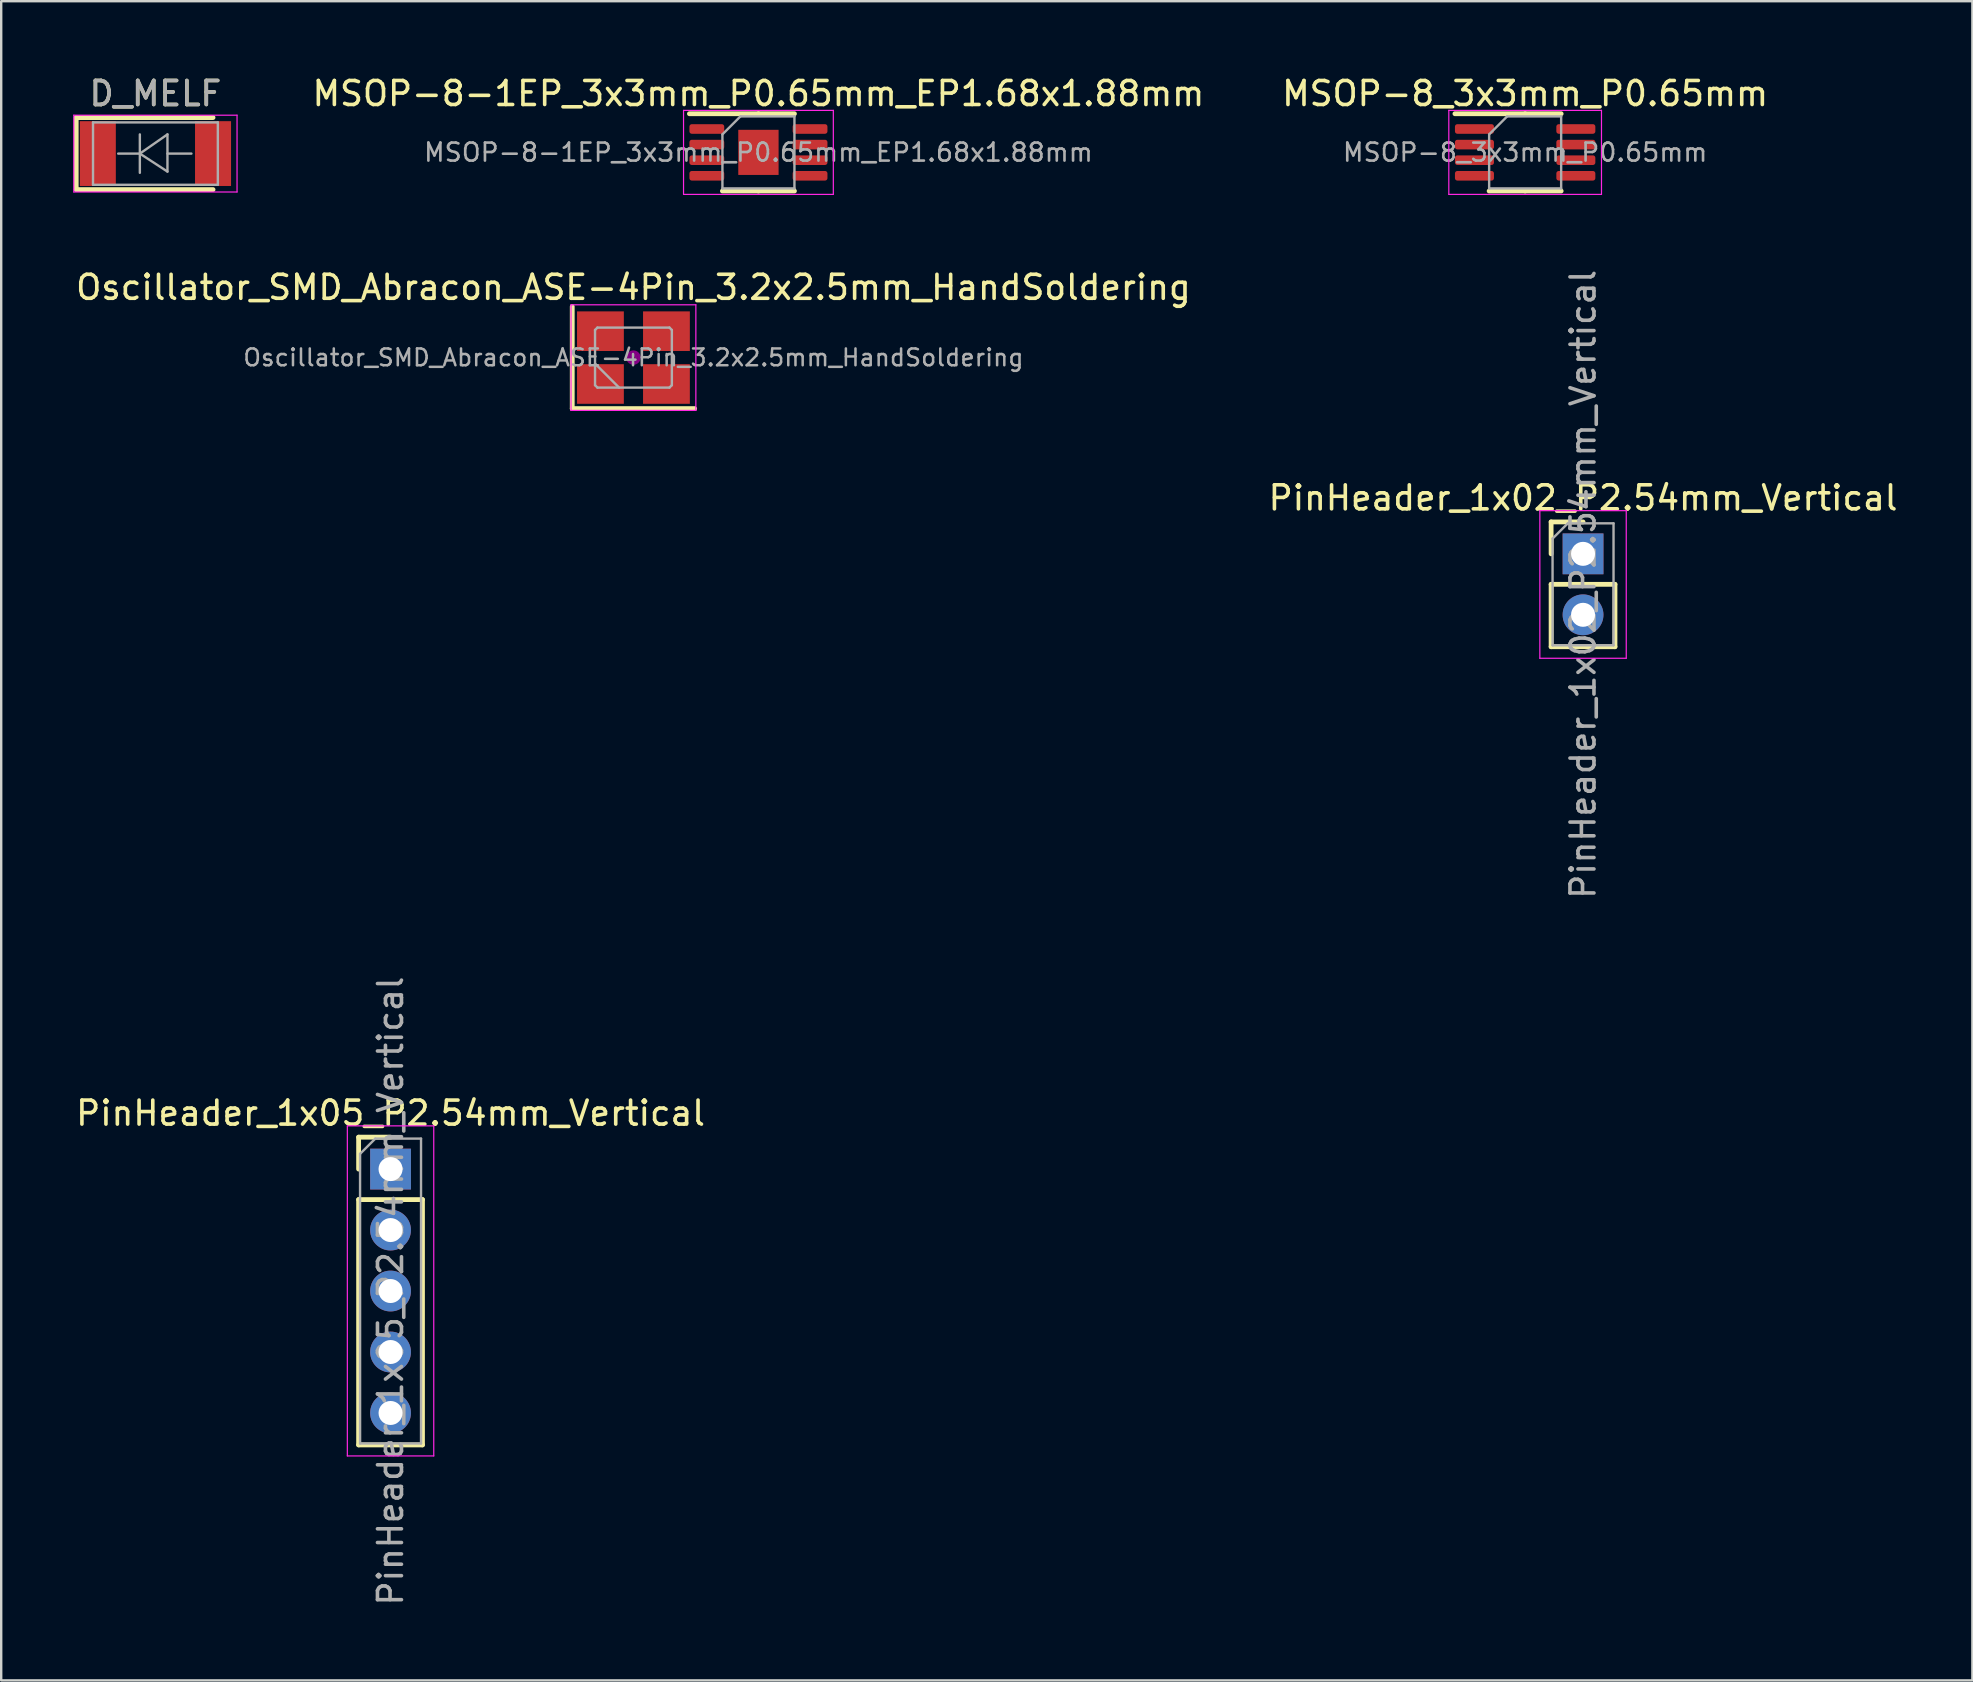
<source format=kicad_pcb>
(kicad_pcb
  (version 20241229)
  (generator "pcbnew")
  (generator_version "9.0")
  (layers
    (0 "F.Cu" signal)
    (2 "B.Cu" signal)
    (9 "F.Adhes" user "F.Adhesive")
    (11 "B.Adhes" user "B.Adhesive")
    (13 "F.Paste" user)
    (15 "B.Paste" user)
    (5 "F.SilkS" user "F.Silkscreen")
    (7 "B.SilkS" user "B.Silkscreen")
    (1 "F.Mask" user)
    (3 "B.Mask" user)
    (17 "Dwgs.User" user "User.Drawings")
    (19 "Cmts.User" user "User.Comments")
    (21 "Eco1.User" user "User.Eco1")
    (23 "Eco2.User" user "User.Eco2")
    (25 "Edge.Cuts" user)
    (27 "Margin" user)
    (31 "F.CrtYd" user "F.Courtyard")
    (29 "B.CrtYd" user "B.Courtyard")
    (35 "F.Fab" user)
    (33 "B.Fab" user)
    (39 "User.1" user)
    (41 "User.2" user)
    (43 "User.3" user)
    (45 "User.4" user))
  (footprint "PinHeader_1x05_P2.54mm_Vertical"
    (layer "F.Cu")
    (at 13.22 45.654)
    (property "Reference" "PinHeader_1x05_P2.54mm_Vertical" (at 0 -2.33 0) (layer "F.SilkS") (effects (font (size 1 1) (thickness 0.15))))
    (attr through_hole)
    (fp_line (start -1.33 -1.33) (end 0 -1.33) (stroke (width 0.2) (type solid)) (layer "F.SilkS"))
    (fp_line (start -1.33 0) (end -1.33 -1.33) (stroke (width 0.2) (type solid)) (layer "F.SilkS"))
    (fp_line (start -1.33 1.27) (end -1.33 11.49) (stroke (width 0.2) (type solid)) (layer "F.SilkS"))
    (fp_line (start -1.33 1.27) (end 1.33 1.27) (stroke (width 0.2) (type solid)) (layer "F.SilkS"))
    (fp_line (start -1.33 11.49) (end 1.33 11.49) (stroke (width 0.2) (type solid)) (layer "F.SilkS"))
    (fp_line (start 1.33 1.27) (end 1.33 11.49) (stroke (width 0.2) (type solid)) (layer "F.SilkS"))
    (fp_line (start -1.8 -1.8) (end -1.8 11.95) (stroke (width 0.05) (type solid)) (layer "F.CrtYd"))
    (fp_line (start -1.8 11.95) (end 1.8 11.95) (stroke (width 0.05) (type solid)) (layer "F.CrtYd"))
    (fp_line (start 1.8 -1.8) (end -1.8 -1.8) (stroke (width 0.05) (type solid)) (layer "F.CrtYd"))
    (fp_line (start 1.8 11.95) (end 1.8 -1.8) (stroke (width 0.05) (type solid)) (layer "F.CrtYd"))
    (fp_line (start -1.27 -0.635) (end -0.635 -1.27) (stroke (width 0.1) (type solid)) (layer "F.Fab"))
    (fp_line (start -1.27 11.43) (end -1.27 -0.635) (stroke (width 0.1) (type solid)) (layer "F.Fab"))
    (fp_line (start -0.635 -1.27) (end 1.27 -1.27) (stroke (width 0.1) (type solid)) (layer "F.Fab"))
    (fp_line (start 1.27 -1.27) (end 1.27 11.43) (stroke (width 0.1) (type solid)) (layer "F.Fab"))
    (fp_line (start 1.27 11.43) (end -1.27 11.43) (stroke (width 0.1) (type solid)) (layer "F.Fab"))
    (fp_text user "${REFERENCE}" (at 0 5.08 90) (layer "F.Fab") (effects (font (size 1 1) (thickness 0.15))))
    (pad "1" thru_hole rect (at 0 0) (size 1.7 1.7) (drill 1) (layers "*.Cu" "*.Mask"))
    (pad "2" thru_hole oval (at 0 2.54) (size 1.7 1.7) (drill 1) (layers "*.Cu" "*.Mask"))
    (pad "3" thru_hole oval (at 0 5.08) (size 1.7 1.7) (drill 1) (layers "*.Cu" "*.Mask"))
    (pad "4" thru_hole oval (at 0 7.62) (size 1.7 1.7) (drill 1) (layers "*.Cu" "*.Mask"))
    (pad "5" thru_hole oval (at 0 10.16) (size 1.7 1.7) (drill 1) (layers "*.Cu" "*.Mask")))
  (footprint "D_MELF"
    (layer "F.Cu")
    (at 3.425 3.348)
    (property "Reference" "D_MELF" (at 0 -2.5 0) (layer "F.SilkS") (effects (font (size 1 1) (thickness 0.15))))
    (attr smd)
    (fp_line (start -3.3 -1.5) (end -3.3 1.5) (stroke (width 0.2) (type solid)) (layer "F.SilkS"))
    (fp_line (start -3.3 1.5) (end 2.4 1.5) (stroke (width 0.2) (type solid)) (layer "F.SilkS"))
    (fp_line (start 2.4 -1.5) (end -3.3 -1.5) (stroke (width 0.2) (type solid)) (layer "F.SilkS"))
    (fp_line (start -3.4 -1.6) (end 3.4 -1.6) (stroke (width 0.05) (type solid)) (layer "F.CrtYd"))
    (fp_line (start -3.4 1.6) (end -3.4 -1.6) (stroke (width 0.05) (type solid)) (layer "F.CrtYd"))
    (fp_line (start 3.4 -1.6) (end 3.4 1.6) (stroke (width 0.05) (type solid)) (layer "F.CrtYd"))
    (fp_line (start 3.4 1.6) (end -3.4 1.6) (stroke (width 0.05) (type solid)) (layer "F.CrtYd"))
    (fp_line (start -2.6 -1.3) (end -2.6 1.3) (stroke (width 0.1) (type solid)) (layer "F.Fab"))
    (fp_line (start -2.6 1.3) (end 2.6 1.3) (stroke (width 0.1) (type solid)) (layer "F.Fab"))
    (fp_line (start -0.649 -0.799) (end -0.649 0.801) (stroke (width 0.1) (type solid)) (layer "F.Fab"))
    (fp_line (start -0.649 0.001) (end -1.551 0.001) (stroke (width 0.1) (type solid)) (layer "F.Fab"))
    (fp_line (start -0.649 0.001) (end 0.501 -0.799) (stroke (width 0.1) (type solid)) (layer "F.Fab"))
    (fp_line (start -0.649 0.001) (end 0.501 0.75) (stroke (width 0.1) (type solid)) (layer "F.Fab"))
    (fp_line (start 0.501 0.001) (end 1.499 0.001) (stroke (width 0.1) (type solid)) (layer "F.Fab"))
    (fp_line (start 0.501 0.75) (end 0.501 -0.799) (stroke (width 0.1) (type solid)) (layer "F.Fab"))
    (fp_line (start 2.6 -1.3) (end -2.6 -1.3) (stroke (width 0.1) (type solid)) (layer "F.Fab"))
    (fp_line (start 2.6 1.3) (end 2.6 -1.3) (stroke (width 0.1) (type solid)) (layer "F.Fab"))
    (fp_text user "${REFERENCE}" (at 0 -2.5 0) (layer "F.Fab") (effects (font (size 1 1) (thickness 0.15))))
    (pad "1" smd rect (at -2.4 0) (size 1.5 2.7) (layers "F.Cu" "F.Mask" "F.Paste"))
    (pad "2" smd rect (at 2.4 0) (size 1.5 2.7) (layers "F.Cu" "F.Mask" "F.Paste")))
  (footprint "PinHeader_1x02_P2.54mm_Vertical"
    (layer "F.Cu")
    (at 62.899 20.023)
    (property "Reference" "PinHeader_1x02_P2.54mm_Vertical" (at 0 -2.33 0) (layer "F.SilkS") (effects (font (size 1 1) (thickness 0.15))))
    (attr through_hole)
    (fp_line (start -1.33 -1.33) (end 0 -1.33) (stroke (width 0.2) (type solid)) (layer "F.SilkS"))
    (fp_line (start -1.33 0) (end -1.33 -1.33) (stroke (width 0.2) (type solid)) (layer "F.SilkS"))
    (fp_line (start -1.33 1.27) (end -1.33 3.87) (stroke (width 0.2) (type solid)) (layer "F.SilkS"))
    (fp_line (start -1.33 1.27) (end 1.33 1.27) (stroke (width 0.2) (type solid)) (layer "F.SilkS"))
    (fp_line (start -1.33 3.87) (end 1.33 3.87) (stroke (width 0.2) (type solid)) (layer "F.SilkS"))
    (fp_line (start 1.33 1.27) (end 1.33 3.87) (stroke (width 0.2) (type solid)) (layer "F.SilkS"))
    (fp_line (start -1.8 -1.8) (end -1.8 4.35) (stroke (width 0.05) (type solid)) (layer "F.CrtYd"))
    (fp_line (start -1.8 4.35) (end 1.8 4.35) (stroke (width 0.05) (type solid)) (layer "F.CrtYd"))
    (fp_line (start 1.8 -1.8) (end -1.8 -1.8) (stroke (width 0.05) (type solid)) (layer "F.CrtYd"))
    (fp_line (start 1.8 4.35) (end 1.8 -1.8) (stroke (width 0.05) (type solid)) (layer "F.CrtYd"))
    (fp_line (start -1.27 -0.635) (end -0.635 -1.27) (stroke (width 0.1) (type solid)) (layer "F.Fab"))
    (fp_line (start -1.27 3.81) (end -1.27 -0.635) (stroke (width 0.1) (type solid)) (layer "F.Fab"))
    (fp_line (start -0.635 -1.27) (end 1.27 -1.27) (stroke (width 0.1) (type solid)) (layer "F.Fab"))
    (fp_line (start 1.27 -1.27) (end 1.27 3.81) (stroke (width 0.1) (type solid)) (layer "F.Fab"))
    (fp_line (start 1.27 3.81) (end -1.27 3.81) (stroke (width 0.1) (type solid)) (layer "F.Fab"))
    (fp_text user "${REFERENCE}" (at 0 1.27 90) (layer "F.Fab") (effects (font (size 1 1) (thickness 0.15))))
    (pad "1" thru_hole rect (at 0 0) (size 1.7 1.7) (drill 1) (layers "*.Cu" "*.Mask"))
    (pad "2" thru_hole oval (at 0 2.54) (size 1.7 1.7) (drill 1) (layers "*.Cu" "*.Mask")))
  (footprint "Oscillator_SMD_Abracon_ASE-4Pin_3.2x2.5mm_HandSoldering"
    (layer "F.Cu")
    (at 23.339 11.847)
    (property "Reference" "Oscillator_SMD_Abracon_ASE-4Pin_3.2x2.5mm_HandSoldering" (at 0 -2.925 0) (layer "F.SilkS") (effects (font (size 1 1) (thickness 0.15))))
    (attr smd)
    (fp_line (start -2.55 -2.125) (end -2.55 2.125) (stroke (width 0.2) (type solid)) (layer "F.SilkS"))
    (fp_line (start -2.55 2.125) (end 2.55 2.125) (stroke (width 0.2) (type solid)) (layer "F.SilkS"))
    (fp_circle (center 0 0) (end 0.058 0) (stroke (width 0.117) (type solid)) (fill no) (layer "F.Adhes"))
    (fp_circle (center 0 0) (end 0.133 0) (stroke (width 0.083) (type solid)) (fill no) (layer "F.Adhes"))
    (fp_circle (center 0 0) (end 0.208 0) (stroke (width 0.083) (type solid)) (fill no) (layer "F.Adhes"))
    (fp_circle (center 0 0) (end 0.25 0) (stroke (width 0.1) (type solid)) (fill no) (layer "F.Adhes"))
    (fp_line (start -2.6 -2.2) (end -2.6 2.2) (stroke (width 0.05) (type solid)) (layer "F.CrtYd"))
    (fp_line (start -2.6 2.2) (end 2.6 2.2) (stroke (width 0.05) (type solid)) (layer "F.CrtYd"))
    (fp_line (start 2.6 -2.2) (end -2.6 -2.2) (stroke (width 0.05) (type solid)) (layer "F.CrtYd"))
    (fp_line (start 2.6 2.2) (end 2.6 -2.2) (stroke (width 0.05) (type solid)) (layer "F.CrtYd"))
    (fp_line (start -1.6 -1.15) (end -1.5 -1.25) (stroke (width 0.1) (type solid)) (layer "F.Fab"))
    (fp_line (start -1.6 0.25) (end -0.6 1.25) (stroke (width 0.1) (type solid)) (layer "F.Fab"))
    (fp_line (start -1.6 1.15) (end -1.6 -1.15) (stroke (width 0.1) (type solid)) (layer "F.Fab"))
    (fp_line (start -1.5 -1.25) (end 1.5 -1.25) (stroke (width 0.1) (type solid)) (layer "F.Fab"))
    (fp_line (start -1.5 1.25) (end -1.6 1.15) (stroke (width 0.1) (type solid)) (layer "F.Fab"))
    (fp_line (start 1.5 -1.25) (end 1.6 -1.15) (stroke (width 0.1) (type solid)) (layer "F.Fab"))
    (fp_line (start 1.5 1.25) (end -1.5 1.25) (stroke (width 0.1) (type solid)) (layer "F.Fab"))
    (fp_line (start 1.6 -1.15) (end 1.6 1.15) (stroke (width 0.1) (type solid)) (layer "F.Fab"))
    (fp_line (start 1.6 1.15) (end 1.5 1.25) (stroke (width 0.1) (type solid)) (layer "F.Fab"))
    (fp_text user "${REFERENCE}" (at 0 0 0) (layer "F.Fab") (effects (font (size 0.7 0.7) (thickness 0.105))))
    (pad "1" smd rect (at -1.375 1.1) (size 1.95 1.65) (layers "F.Cu" "F.Mask" "F.Paste"))
    (pad "2" smd rect (at 1.375 1.1) (size 1.95 1.65) (layers "F.Cu" "F.Mask" "F.Paste"))
    (pad "3" smd rect (at 1.375 -1.1) (size 1.95 1.65) (layers "F.Cu" "F.Mask" "F.Paste"))
    (pad "4" smd rect (at -1.375 -1.1) (size 1.95 1.65) (layers "F.Cu" "F.Mask" "F.Paste")))
  (footprint "MSOP-8_3x3mm_P0.65mm"
    (layer "F.Cu")
    (at 60.487 3.298)
    (property "Reference" "MSOP-8_3x3mm_P0.65mm" (at 0 -2.45 0) (layer "F.SilkS") (effects (font (size 1 1) (thickness 0.15))))
    (attr smd)
    (fp_line (start 0 -1.61) (end -2.925 -1.61) (stroke (width 0.2) (type solid)) (layer "F.SilkS"))
    (fp_line (start 0 -1.61) (end 1.5 -1.61) (stroke (width 0.2) (type solid)) (layer "F.SilkS"))
    (fp_line (start 0 1.61) (end -1.5 1.61) (stroke (width 0.2) (type solid)) (layer "F.SilkS"))
    (fp_line (start 0 1.61) (end 1.5 1.61) (stroke (width 0.2) (type solid)) (layer "F.SilkS"))
    (fp_line (start -3.18 -1.75) (end -3.18 1.75) (stroke (width 0.05) (type solid)) (layer "F.CrtYd"))
    (fp_line (start -3.18 1.75) (end 3.18 1.75) (stroke (width 0.05) (type solid)) (layer "F.CrtYd"))
    (fp_line (start 3.18 -1.75) (end -3.18 -1.75) (stroke (width 0.05) (type solid)) (layer "F.CrtYd"))
    (fp_line (start 3.18 1.75) (end 3.18 -1.75) (stroke (width 0.05) (type solid)) (layer "F.CrtYd"))
    (fp_line (start -1.5 -0.75) (end -0.75 -1.5) (stroke (width 0.1) (type solid)) (layer "F.Fab"))
    (fp_line (start -1.5 1.5) (end -1.5 -0.75) (stroke (width 0.1) (type solid)) (layer "F.Fab"))
    (fp_line (start -0.75 -1.5) (end 1.5 -1.5) (stroke (width 0.1) (type solid)) (layer "F.Fab"))
    (fp_line (start 1.5 -1.5) (end 1.5 1.5) (stroke (width 0.1) (type solid)) (layer "F.Fab"))
    (fp_line (start 1.5 1.5) (end -1.5 1.5) (stroke (width 0.1) (type solid)) (layer "F.Fab"))
    (fp_text user "${REFERENCE}" (at 0 0 0) (layer "F.Fab") (effects (font (size 0.75 0.75) (thickness 0.11))))
    (pad "1" smd roundrect (at -2.112 -0.975) (size 1.625 0.4) (layers "F.Cu" "F.Mask" "F.Paste") (roundrect_rratio 0.25))
    (pad "2" smd roundrect (at -2.112 -0.325) (size 1.625 0.4) (layers "F.Cu" "F.Mask" "F.Paste") (roundrect_rratio 0.25))
    (pad "3" smd roundrect (at -2.112 0.325) (size 1.625 0.4) (layers "F.Cu" "F.Mask" "F.Paste") (roundrect_rratio 0.25))
    (pad "4" smd roundrect (at -2.112 0.975) (size 1.625 0.4) (layers "F.Cu" "F.Mask" "F.Paste") (roundrect_rratio 0.25))
    (pad "5" smd roundrect (at 2.112 0.975) (size 1.625 0.4) (layers "F.Cu" "F.Mask" "F.Paste") (roundrect_rratio 0.25))
    (pad "6" smd roundrect (at 2.112 0.325) (size 1.625 0.4) (layers "F.Cu" "F.Mask" "F.Paste") (roundrect_rratio 0.25))
    (pad "7" smd roundrect (at 2.112 -0.325) (size 1.625 0.4) (layers "F.Cu" "F.Mask" "F.Paste") (roundrect_rratio 0.25))
    (pad "8" smd roundrect (at 2.112 -0.975) (size 1.625 0.4) (layers "F.Cu" "F.Mask" "F.Paste") (roundrect_rratio 0.25)))
  (footprint "MSOP-8-1EP_3x3mm_P0.65mm_EP1.68x1.88mm"
    (layer "F.Cu")
    (at 28.546 3.298)
    (property "Reference" "MSOP-8-1EP_3x3mm_P0.65mm_EP1.68x1.88mm" (at 0 -2.45 0) (layer "F.SilkS") (effects (font (size 1 1) (thickness 0.15))))
    (attr smd)
    (fp_line (start 0 -1.61) (end -2.875 -1.61) (stroke (width 0.2) (type solid)) (layer "F.SilkS"))
    (fp_line (start 0 -1.61) (end 1.5 -1.61) (stroke (width 0.2) (type solid)) (layer "F.SilkS"))
    (fp_line (start 0 1.61) (end -1.5 1.61) (stroke (width 0.2) (type solid)) (layer "F.SilkS"))
    (fp_line (start 0 1.61) (end 1.5 1.61) (stroke (width 0.2) (type solid)) (layer "F.SilkS"))
    (fp_line (start -3.12 -1.75) (end -3.12 1.75) (stroke (width 0.05) (type solid)) (layer "F.CrtYd"))
    (fp_line (start -3.12 1.75) (end 3.12 1.75) (stroke (width 0.05) (type solid)) (layer "F.CrtYd"))
    (fp_line (start 3.12 -1.75) (end -3.12 -1.75) (stroke (width 0.05) (type solid)) (layer "F.CrtYd"))
    (fp_line (start 3.12 1.75) (end 3.12 -1.75) (stroke (width 0.05) (type solid)) (layer "F.CrtYd"))
    (fp_line (start -1.5 -0.75) (end -0.75 -1.5) (stroke (width 0.1) (type solid)) (layer "F.Fab"))
    (fp_line (start -1.5 1.5) (end -1.5 -0.75) (stroke (width 0.1) (type solid)) (layer "F.Fab"))
    (fp_line (start -0.75 -1.5) (end 1.5 -1.5) (stroke (width 0.1) (type solid)) (layer "F.Fab"))
    (fp_line (start 1.5 -1.5) (end 1.5 1.5) (stroke (width 0.1) (type solid)) (layer "F.Fab"))
    (fp_line (start 1.5 1.5) (end -1.5 1.5) (stroke (width 0.1) (type solid)) (layer "F.Fab"))
    (fp_text user "${REFERENCE}" (at 0 0 0) (layer "F.Fab") (effects (font (size 0.75 0.75) (thickness 0.11))))
    (pad "" smd roundrect (at -0.42 -0.47) (size 0.68 0.76) (layers "F.Paste") (roundrect_rratio 0.25))
    (pad "" smd roundrect (at -0.42 0.47) (size 0.68 0.76) (layers "F.Paste") (roundrect_rratio 0.25))
    (pad "" smd roundrect (at 0.42 -0.47) (size 0.68 0.76) (layers "F.Paste") (roundrect_rratio 0.25))
    (pad "" smd roundrect (at 0.42 0.47) (size 0.68 0.76) (layers "F.Paste") (roundrect_rratio 0.25))
    (pad "1" smd roundrect (at -2.15 -0.975) (size 1.45 0.4) (layers "F.Cu" "F.Mask" "F.Paste") (roundrect_rratio 0.25))
    (pad "2" smd roundrect (at -2.15 -0.325) (size 1.45 0.4) (layers "F.Cu" "F.Mask" "F.Paste") (roundrect_rratio 0.25))
    (pad "3" smd roundrect (at -2.15 0.325) (size 1.45 0.4) (layers "F.Cu" "F.Mask" "F.Paste") (roundrect_rratio 0.25))
    (pad "4" smd roundrect (at -2.15 0.975) (size 1.45 0.4) (layers "F.Cu" "F.Mask" "F.Paste") (roundrect_rratio 0.25))
    (pad "5" smd roundrect (at 2.15 0.975) (size 1.45 0.4) (layers "F.Cu" "F.Mask" "F.Paste") (roundrect_rratio 0.25))
    (pad "6" smd roundrect (at 2.15 0.325) (size 1.45 0.4) (layers "F.Cu" "F.Mask" "F.Paste") (roundrect_rratio 0.25))
    (pad "7" smd roundrect (at 2.15 -0.325) (size 1.45 0.4) (layers "F.Cu" "F.Mask" "F.Paste") (roundrect_rratio 0.25))
    (pad "8" smd roundrect (at 2.15 -0.975) (size 1.45 0.4) (layers "F.Cu" "F.Mask" "F.Paste") (roundrect_rratio 0.25))
    (pad "9" smd rect (at 0 0) (size 1.68 1.88) (layers "F.Cu" "F.Mask")))
  (gr_rect
    (start -3 -3)
    (end 79.119 66.954)
    (stroke (width 0.1) (type default))
    (fill no)
    (layer "Edge.Cuts")))
</source>
